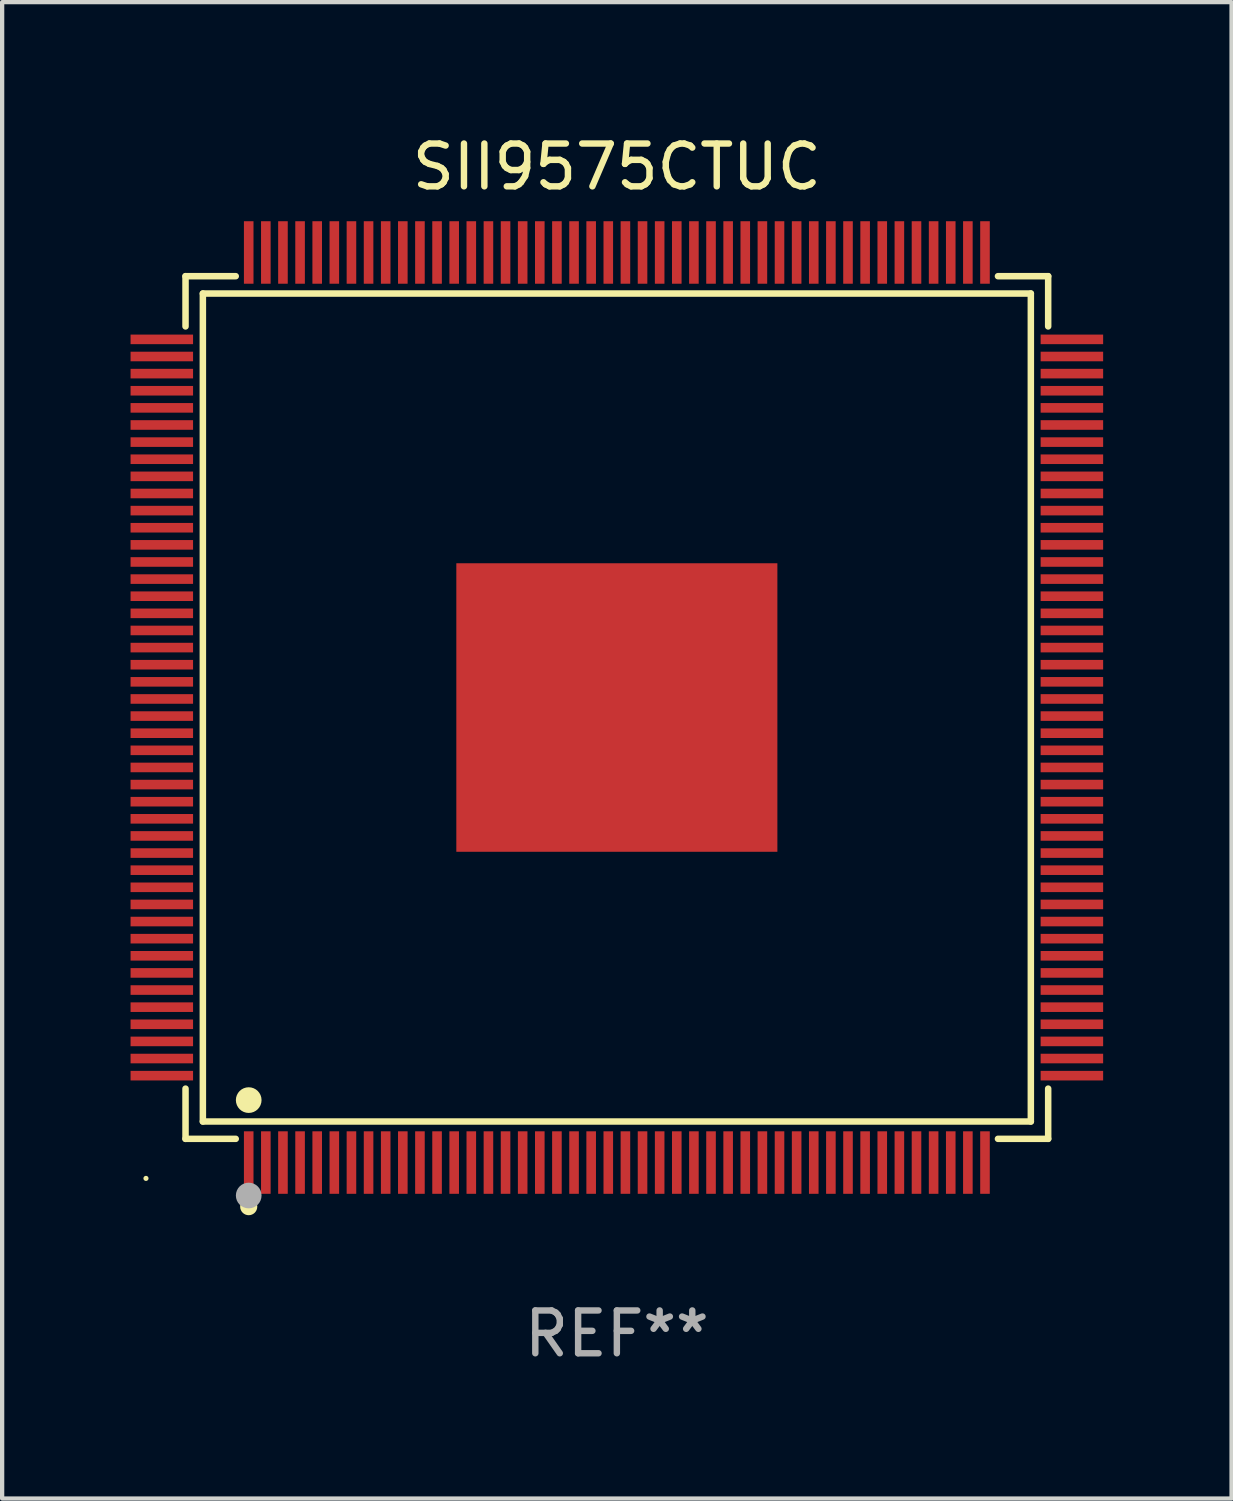
<source format=kicad_pcb>
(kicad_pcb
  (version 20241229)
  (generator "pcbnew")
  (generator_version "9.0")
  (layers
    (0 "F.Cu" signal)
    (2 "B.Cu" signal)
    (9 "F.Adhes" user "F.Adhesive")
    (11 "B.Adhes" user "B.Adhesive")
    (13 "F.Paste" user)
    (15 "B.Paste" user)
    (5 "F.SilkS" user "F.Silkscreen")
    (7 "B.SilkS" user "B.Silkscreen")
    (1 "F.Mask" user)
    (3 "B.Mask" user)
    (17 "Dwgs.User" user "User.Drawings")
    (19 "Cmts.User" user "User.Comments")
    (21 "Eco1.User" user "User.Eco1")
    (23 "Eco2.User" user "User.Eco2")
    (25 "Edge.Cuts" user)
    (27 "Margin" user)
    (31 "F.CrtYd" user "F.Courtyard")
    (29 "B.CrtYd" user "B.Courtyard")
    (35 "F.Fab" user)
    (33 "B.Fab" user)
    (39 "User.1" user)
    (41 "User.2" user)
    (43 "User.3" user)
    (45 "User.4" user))
  (footprint "SII9575CTUC"
    (layer "F.Cu")
    (at 11.36 13.478)
    (property "Reference" "SII9575CTUC" (at 0 -12.63 0) (layer "F.SilkS") (effects (font (size 1 1) (thickness 0.15))))
    (attr through_hole)
    (fp_line (start -10.076 -10.076) (end -8.903 -10.076) (stroke (width 0.152) (type solid)) (layer "F.SilkS"))
    (fp_line (start -10.076 -8.903) (end -10.076 -10.076) (stroke (width 0.152) (type solid)) (layer "F.SilkS"))
    (fp_line (start -10.076 8.903) (end -10.076 10.076) (stroke (width 0.152) (type solid)) (layer "F.SilkS"))
    (fp_line (start -10.076 10.076) (end -8.903 10.076) (stroke (width 0.152) (type solid)) (layer "F.SilkS"))
    (fp_line (start -9.671 -9.671) (end 9.671 -9.671) (stroke (width 0.152) (type solid)) (layer "F.SilkS"))
    (fp_line (start -9.671 9.671) (end -9.671 -9.671) (stroke (width 0.152) (type solid)) (layer "F.SilkS"))
    (fp_line (start 9.671 -9.671) (end 9.671 9.671) (stroke (width 0.152) (type solid)) (layer "F.SilkS"))
    (fp_line (start 9.671 9.671) (end -9.671 9.671) (stroke (width 0.152) (type solid)) (layer "F.SilkS"))
    (fp_line (start 10.076 -10.076) (end 8.903 -10.076) (stroke (width 0.152) (type solid)) (layer "F.SilkS"))
    (fp_line (start 10.076 -8.903) (end 10.076 -10.076) (stroke (width 0.152) (type solid)) (layer "F.SilkS"))
    (fp_line (start 10.076 8.903) (end 10.076 10.076) (stroke (width 0.152) (type solid)) (layer "F.SilkS"))
    (fp_line (start 10.076 10.076) (end 8.903 10.076) (stroke (width 0.152) (type solid)) (layer "F.SilkS"))
    (fp_circle (center -11 11) (end -10.97 11) (stroke (width 0.06) (type solid)) (fill no) (layer "F.SilkS"))
    (fp_circle (center -8.6 9.171) (end -8.45 9.171) (stroke (width 0.3) (type solid)) (fill no) (layer "F.SilkS"))
    (fp_circle (center -8.6 11.66) (end -8.5 11.66) (stroke (width 0.2) (type solid)) (fill no) (layer "F.SilkS"))
    (fp_circle (center -8.6 11.4) (end -8.45 11.4) (stroke (width 0.3) (type solid)) (fill no) (layer "F.Fab"))
    (fp_text user "REF**" (at 0 14.63 0) (layer "F.Fab") (effects (font (size 1 1) (thickness 0.15))))
    (pad "1" smd rect (at -8.6 10.63) (size 0.224 1.46) (layers "F.Cu" "F.Mask" "F.Paste"))
    (pad "2" smd rect (at -8.2 10.63) (size 0.224 1.46) (layers "F.Cu" "F.Mask" "F.Paste"))
    (pad "3" smd rect (at -7.8 10.63) (size 0.224 1.46) (layers "F.Cu" "F.Mask" "F.Paste"))
    (pad "4" smd rect (at -7.4 10.63) (size 0.224 1.46) (layers "F.Cu" "F.Mask" "F.Paste"))
    (pad "5" smd rect (at -7 10.63) (size 0.224 1.46) (layers "F.Cu" "F.Mask" "F.Paste"))
    (pad "6" smd rect (at -6.6 10.63) (size 0.224 1.46) (layers "F.Cu" "F.Mask" "F.Paste"))
    (pad "7" smd rect (at -6.2 10.63) (size 0.224 1.46) (layers "F.Cu" "F.Mask" "F.Paste"))
    (pad "8" smd rect (at -5.8 10.63) (size 0.224 1.46) (layers "F.Cu" "F.Mask" "F.Paste"))
    (pad "9" smd rect (at -5.4 10.63) (size 0.224 1.46) (layers "F.Cu" "F.Mask" "F.Paste"))
    (pad "10" smd rect (at -5 10.63) (size 0.224 1.46) (layers "F.Cu" "F.Mask" "F.Paste"))
    (pad "11" smd rect (at -4.6 10.63) (size 0.224 1.46) (layers "F.Cu" "F.Mask" "F.Paste"))
    (pad "12" smd rect (at -4.2 10.63) (size 0.224 1.46) (layers "F.Cu" "F.Mask" "F.Paste"))
    (pad "13" smd rect (at -3.8 10.63) (size 0.224 1.46) (layers "F.Cu" "F.Mask" "F.Paste"))
    (pad "14" smd rect (at -3.4 10.63) (size 0.224 1.46) (layers "F.Cu" "F.Mask" "F.Paste"))
    (pad "15" smd rect (at -3 10.63) (size 0.224 1.46) (layers "F.Cu" "F.Mask" "F.Paste"))
    (pad "16" smd rect (at -2.6 10.63) (size 0.224 1.46) (layers "F.Cu" "F.Mask" "F.Paste"))
    (pad "17" smd rect (at -2.2 10.63) (size 0.224 1.46) (layers "F.Cu" "F.Mask" "F.Paste"))
    (pad "18" smd rect (at -1.8 10.63) (size 0.224 1.46) (layers "F.Cu" "F.Mask" "F.Paste"))
    (pad "19" smd rect (at -1.4 10.63) (size 0.224 1.46) (layers "F.Cu" "F.Mask" "F.Paste"))
    (pad "20" smd rect (at -1 10.63) (size 0.224 1.46) (layers "F.Cu" "F.Mask" "F.Paste"))
    (pad "21" smd rect (at -0.6 10.63) (size 0.224 1.46) (layers "F.Cu" "F.Mask" "F.Paste"))
    (pad "22" smd rect (at -0.2 10.63) (size 0.224 1.46) (layers "F.Cu" "F.Mask" "F.Paste"))
    (pad "23" smd rect (at 0.2 10.63) (size 0.224 1.46) (layers "F.Cu" "F.Mask" "F.Paste"))
    (pad "24" smd rect (at 0.6 10.63) (size 0.224 1.46) (layers "F.Cu" "F.Mask" "F.Paste"))
    (pad "25" smd rect (at 1 10.63) (size 0.224 1.46) (layers "F.Cu" "F.Mask" "F.Paste"))
    (pad "26" smd rect (at 1.4 10.63) (size 0.224 1.46) (layers "F.Cu" "F.Mask" "F.Paste"))
    (pad "27" smd rect (at 1.8 10.63) (size 0.224 1.46) (layers "F.Cu" "F.Mask" "F.Paste"))
    (pad "28" smd rect (at 2.2 10.63) (size 0.224 1.46) (layers "F.Cu" "F.Mask" "F.Paste"))
    (pad "29" smd rect (at 2.6 10.63) (size 0.224 1.46) (layers "F.Cu" "F.Mask" "F.Paste"))
    (pad "30" smd rect (at 3 10.63) (size 0.224 1.46) (layers "F.Cu" "F.Mask" "F.Paste"))
    (pad "31" smd rect (at 3.4 10.63) (size 0.224 1.46) (layers "F.Cu" "F.Mask" "F.Paste"))
    (pad "32" smd rect (at 3.8 10.63) (size 0.224 1.46) (layers "F.Cu" "F.Mask" "F.Paste"))
    (pad "33" smd rect (at 4.2 10.63) (size 0.224 1.46) (layers "F.Cu" "F.Mask" "F.Paste"))
    (pad "34" smd rect (at 4.6 10.63) (size 0.224 1.46) (layers "F.Cu" "F.Mask" "F.Paste"))
    (pad "35" smd rect (at 5 10.63) (size 0.224 1.46) (layers "F.Cu" "F.Mask" "F.Paste"))
    (pad "36" smd rect (at 5.4 10.63) (size 0.224 1.46) (layers "F.Cu" "F.Mask" "F.Paste"))
    (pad "37" smd rect (at 5.8 10.63) (size 0.224 1.46) (layers "F.Cu" "F.Mask" "F.Paste"))
    (pad "38" smd rect (at 6.2 10.63) (size 0.224 1.46) (layers "F.Cu" "F.Mask" "F.Paste"))
    (pad "39" smd rect (at 6.6 10.63) (size 0.224 1.46) (layers "F.Cu" "F.Mask" "F.Paste"))
    (pad "40" smd rect (at 7 10.63) (size 0.224 1.46) (layers "F.Cu" "F.Mask" "F.Paste"))
    (pad "41" smd rect (at 7.4 10.63) (size 0.224 1.46) (layers "F.Cu" "F.Mask" "F.Paste"))
    (pad "42" smd rect (at 7.8 10.63) (size 0.224 1.46) (layers "F.Cu" "F.Mask" "F.Paste"))
    (pad "43" smd rect (at 8.2 10.63) (size 0.224 1.46) (layers "F.Cu" "F.Mask" "F.Paste"))
    (pad "44" smd rect (at 8.6 10.63) (size 0.224 1.46) (layers "F.Cu" "F.Mask" "F.Paste"))
    (pad "45" smd rect (at 10.63 8.6) (size 1.46 0.224) (layers "F.Cu" "F.Mask" "F.Paste"))
    (pad "46" smd rect (at 10.63 8.2) (size 1.46 0.224) (layers "F.Cu" "F.Mask" "F.Paste"))
    (pad "47" smd rect (at 10.63 7.8) (size 1.46 0.224) (layers "F.Cu" "F.Mask" "F.Paste"))
    (pad "48" smd rect (at 10.63 7.4) (size 1.46 0.224) (layers "F.Cu" "F.Mask" "F.Paste"))
    (pad "49" smd rect (at 10.63 7) (size 1.46 0.224) (layers "F.Cu" "F.Mask" "F.Paste"))
    (pad "50" smd rect (at 10.63 6.6) (size 1.46 0.224) (layers "F.Cu" "F.Mask" "F.Paste"))
    (pad "51" smd rect (at 10.63 6.2) (size 1.46 0.224) (layers "F.Cu" "F.Mask" "F.Paste"))
    (pad "52" smd rect (at 10.63 5.8) (size 1.46 0.224) (layers "F.Cu" "F.Mask" "F.Paste"))
    (pad "53" smd rect (at 10.63 5.4) (size 1.46 0.224) (layers "F.Cu" "F.Mask" "F.Paste"))
    (pad "54" smd rect (at 10.63 5) (size 1.46 0.224) (layers "F.Cu" "F.Mask" "F.Paste"))
    (pad "55" smd rect (at 10.63 4.6) (size 1.46 0.224) (layers "F.Cu" "F.Mask" "F.Paste"))
    (pad "56" smd rect (at 10.63 4.2) (size 1.46 0.224) (layers "F.Cu" "F.Mask" "F.Paste"))
    (pad "57" smd rect (at 10.63 3.8) (size 1.46 0.224) (layers "F.Cu" "F.Mask" "F.Paste"))
    (pad "58" smd rect (at 10.63 3.4) (size 1.46 0.224) (layers "F.Cu" "F.Mask" "F.Paste"))
    (pad "59" smd rect (at 10.63 3) (size 1.46 0.224) (layers "F.Cu" "F.Mask" "F.Paste"))
    (pad "60" smd rect (at 10.63 2.6) (size 1.46 0.224) (layers "F.Cu" "F.Mask" "F.Paste"))
    (pad "61" smd rect (at 10.63 2.2) (size 1.46 0.224) (layers "F.Cu" "F.Mask" "F.Paste"))
    (pad "62" smd rect (at 10.63 1.8) (size 1.46 0.224) (layers "F.Cu" "F.Mask" "F.Paste"))
    (pad "63" smd rect (at 10.63 1.4) (size 1.46 0.224) (layers "F.Cu" "F.Mask" "F.Paste"))
    (pad "64" smd rect (at 10.63 1) (size 1.46 0.224) (layers "F.Cu" "F.Mask" "F.Paste"))
    (pad "65" smd rect (at 10.63 0.6) (size 1.46 0.224) (layers "F.Cu" "F.Mask" "F.Paste"))
    (pad "66" smd rect (at 10.63 0.2) (size 1.46 0.224) (layers "F.Cu" "F.Mask" "F.Paste"))
    (pad "67" smd rect (at 10.63 -0.2) (size 1.46 0.224) (layers "F.Cu" "F.Mask" "F.Paste"))
    (pad "68" smd rect (at 10.63 -0.6) (size 1.46 0.224) (layers "F.Cu" "F.Mask" "F.Paste"))
    (pad "69" smd rect (at 10.63 -1) (size 1.46 0.224) (layers "F.Cu" "F.Mask" "F.Paste"))
    (pad "70" smd rect (at 10.63 -1.4) (size 1.46 0.224) (layers "F.Cu" "F.Mask" "F.Paste"))
    (pad "71" smd rect (at 10.63 -1.8) (size 1.46 0.224) (layers "F.Cu" "F.Mask" "F.Paste"))
    (pad "72" smd rect (at 10.63 -2.2) (size 1.46 0.224) (layers "F.Cu" "F.Mask" "F.Paste"))
    (pad "73" smd rect (at 10.63 -2.6) (size 1.46 0.224) (layers "F.Cu" "F.Mask" "F.Paste"))
    (pad "74" smd rect (at 10.63 -3) (size 1.46 0.224) (layers "F.Cu" "F.Mask" "F.Paste"))
    (pad "75" smd rect (at 10.63 -3.4) (size 1.46 0.224) (layers "F.Cu" "F.Mask" "F.Paste"))
    (pad "76" smd rect (at 10.63 -3.8) (size 1.46 0.224) (layers "F.Cu" "F.Mask" "F.Paste"))
    (pad "77" smd rect (at 10.63 -4.2) (size 1.46 0.224) (layers "F.Cu" "F.Mask" "F.Paste"))
    (pad "78" smd rect (at 10.63 -4.6) (size 1.46 0.224) (layers "F.Cu" "F.Mask" "F.Paste"))
    (pad "79" smd rect (at 10.63 -5) (size 1.46 0.224) (layers "F.Cu" "F.Mask" "F.Paste"))
    (pad "80" smd rect (at 10.63 -5.4) (size 1.46 0.224) (layers "F.Cu" "F.Mask" "F.Paste"))
    (pad "81" smd rect (at 10.63 -5.8) (size 1.46 0.224) (layers "F.Cu" "F.Mask" "F.Paste"))
    (pad "82" smd rect (at 10.63 -6.2) (size 1.46 0.224) (layers "F.Cu" "F.Mask" "F.Paste"))
    (pad "83" smd rect (at 10.63 -6.6) (size 1.46 0.224) (layers "F.Cu" "F.Mask" "F.Paste"))
    (pad "84" smd rect (at 10.63 -7) (size 1.46 0.224) (layers "F.Cu" "F.Mask" "F.Paste"))
    (pad "85" smd rect (at 10.63 -7.4) (size 1.46 0.224) (layers "F.Cu" "F.Mask" "F.Paste"))
    (pad "86" smd rect (at 10.63 -7.8) (size 1.46 0.224) (layers "F.Cu" "F.Mask" "F.Paste"))
    (pad "87" smd rect (at 10.63 -8.2) (size 1.46 0.224) (layers "F.Cu" "F.Mask" "F.Paste"))
    (pad "88" smd rect (at 10.63 -8.6) (size 1.46 0.224) (layers "F.Cu" "F.Mask" "F.Paste"))
    (pad "89" smd rect (at 8.6 -10.63) (size 0.224 1.46) (layers "F.Cu" "F.Mask" "F.Paste"))
    (pad "90" smd rect (at 8.2 -10.63) (size 0.224 1.46) (layers "F.Cu" "F.Mask" "F.Paste"))
    (pad "91" smd rect (at 7.8 -10.63) (size 0.224 1.46) (layers "F.Cu" "F.Mask" "F.Paste"))
    (pad "92" smd rect (at 7.4 -10.63) (size 0.224 1.46) (layers "F.Cu" "F.Mask" "F.Paste"))
    (pad "93" smd rect (at 7 -10.63) (size 0.224 1.46) (layers "F.Cu" "F.Mask" "F.Paste"))
    (pad "94" smd rect (at 6.6 -10.63) (size 0.224 1.46) (layers "F.Cu" "F.Mask" "F.Paste"))
    (pad "95" smd rect (at 6.2 -10.63) (size 0.224 1.46) (layers "F.Cu" "F.Mask" "F.Paste"))
    (pad "96" smd rect (at 5.8 -10.63) (size 0.224 1.46) (layers "F.Cu" "F.Mask" "F.Paste"))
    (pad "97" smd rect (at 5.4 -10.63) (size 0.224 1.46) (layers "F.Cu" "F.Mask" "F.Paste"))
    (pad "98" smd rect (at 5 -10.63) (size 0.224 1.46) (layers "F.Cu" "F.Mask" "F.Paste"))
    (pad "99" smd rect (at 4.6 -10.63) (size 0.224 1.46) (layers "F.Cu" "F.Mask" "F.Paste"))
    (pad "100" smd rect (at 4.2 -10.63) (size 0.224 1.46) (layers "F.Cu" "F.Mask" "F.Paste"))
    (pad "101" smd rect (at 3.8 -10.63) (size 0.224 1.46) (layers "F.Cu" "F.Mask" "F.Paste"))
    (pad "102" smd rect (at 3.4 -10.63) (size 0.224 1.46) (layers "F.Cu" "F.Mask" "F.Paste"))
    (pad "103" smd rect (at 3 -10.63) (size 0.224 1.46) (layers "F.Cu" "F.Mask" "F.Paste"))
    (pad "104" smd rect (at 2.6 -10.63) (size 0.224 1.46) (layers "F.Cu" "F.Mask" "F.Paste"))
    (pad "105" smd rect (at 2.2 -10.63) (size 0.224 1.46) (layers "F.Cu" "F.Mask" "F.Paste"))
    (pad "106" smd rect (at 1.8 -10.63) (size 0.224 1.46) (layers "F.Cu" "F.Mask" "F.Paste"))
    (pad "107" smd rect (at 1.4 -10.63) (size 0.224 1.46) (layers "F.Cu" "F.Mask" "F.Paste"))
    (pad "108" smd rect (at 1 -10.63) (size 0.224 1.46) (layers "F.Cu" "F.Mask" "F.Paste"))
    (pad "109" smd rect (at 0.6 -10.63) (size 0.224 1.46) (layers "F.Cu" "F.Mask" "F.Paste"))
    (pad "110" smd rect (at 0.2 -10.63) (size 0.224 1.46) (layers "F.Cu" "F.Mask" "F.Paste"))
    (pad "111" smd rect (at -0.2 -10.63) (size 0.224 1.46) (layers "F.Cu" "F.Mask" "F.Paste"))
    (pad "112" smd rect (at -0.6 -10.63) (size 0.224 1.46) (layers "F.Cu" "F.Mask" "F.Paste"))
    (pad "113" smd rect (at -1 -10.63) (size 0.224 1.46) (layers "F.Cu" "F.Mask" "F.Paste"))
    (pad "114" smd rect (at -1.4 -10.63) (size 0.224 1.46) (layers "F.Cu" "F.Mask" "F.Paste"))
    (pad "115" smd rect (at -1.8 -10.63) (size 0.224 1.46) (layers "F.Cu" "F.Mask" "F.Paste"))
    (pad "116" smd rect (at -2.2 -10.63) (size 0.224 1.46) (layers "F.Cu" "F.Mask" "F.Paste"))
    (pad "117" smd rect (at -2.6 -10.63) (size 0.224 1.46) (layers "F.Cu" "F.Mask" "F.Paste"))
    (pad "118" smd rect (at -3 -10.63) (size 0.224 1.46) (layers "F.Cu" "F.Mask" "F.Paste"))
    (pad "119" smd rect (at -3.4 -10.63) (size 0.224 1.46) (layers "F.Cu" "F.Mask" "F.Paste"))
    (pad "120" smd rect (at -3.8 -10.63) (size 0.224 1.46) (layers "F.Cu" "F.Mask" "F.Paste"))
    (pad "121" smd rect (at -4.2 -10.63) (size 0.224 1.46) (layers "F.Cu" "F.Mask" "F.Paste"))
    (pad "122" smd rect (at -4.6 -10.63) (size 0.224 1.46) (layers "F.Cu" "F.Mask" "F.Paste"))
    (pad "123" smd rect (at -5 -10.63) (size 0.224 1.46) (layers "F.Cu" "F.Mask" "F.Paste"))
    (pad "124" smd rect (at -5.4 -10.63) (size 0.224 1.46) (layers "F.Cu" "F.Mask" "F.Paste"))
    (pad "125" smd rect (at -5.8 -10.63) (size 0.224 1.46) (layers "F.Cu" "F.Mask" "F.Paste"))
    (pad "126" smd rect (at -6.2 -10.63) (size 0.224 1.46) (layers "F.Cu" "F.Mask" "F.Paste"))
    (pad "127" smd rect (at -6.6 -10.63) (size 0.224 1.46) (layers "F.Cu" "F.Mask" "F.Paste"))
    (pad "128" smd rect (at -7 -10.63) (size 0.224 1.46) (layers "F.Cu" "F.Mask" "F.Paste"))
    (pad "129" smd rect (at -7.4 -10.63) (size 0.224 1.46) (layers "F.Cu" "F.Mask" "F.Paste"))
    (pad "130" smd rect (at -7.8 -10.63) (size 0.224 1.46) (layers "F.Cu" "F.Mask" "F.Paste"))
    (pad "131" smd rect (at -8.2 -10.63) (size 0.224 1.46) (layers "F.Cu" "F.Mask" "F.Paste"))
    (pad "132" smd rect (at -8.6 -10.63) (size 0.224 1.46) (layers "F.Cu" "F.Mask" "F.Paste"))
    (pad "133" smd rect (at -10.63 -8.6) (size 1.46 0.224) (layers "F.Cu" "F.Mask" "F.Paste"))
    (pad "134" smd rect (at -10.63 -8.2) (size 1.46 0.224) (layers "F.Cu" "F.Mask" "F.Paste"))
    (pad "135" smd rect (at -10.63 -7.8) (size 1.46 0.224) (layers "F.Cu" "F.Mask" "F.Paste"))
    (pad "136" smd rect (at -10.63 -7.4) (size 1.46 0.224) (layers "F.Cu" "F.Mask" "F.Paste"))
    (pad "137" smd rect (at -10.63 -7) (size 1.46 0.224) (layers "F.Cu" "F.Mask" "F.Paste"))
    (pad "138" smd rect (at -10.63 -6.6) (size 1.46 0.224) (layers "F.Cu" "F.Mask" "F.Paste"))
    (pad "139" smd rect (at -10.63 -6.2) (size 1.46 0.224) (layers "F.Cu" "F.Mask" "F.Paste"))
    (pad "140" smd rect (at -10.63 -5.8) (size 1.46 0.224) (layers "F.Cu" "F.Mask" "F.Paste"))
    (pad "141" smd rect (at -10.63 -5.4) (size 1.46 0.224) (layers "F.Cu" "F.Mask" "F.Paste"))
    (pad "142" smd rect (at -10.63 -5) (size 1.46 0.224) (layers "F.Cu" "F.Mask" "F.Paste"))
    (pad "143" smd rect (at -10.63 -4.6) (size 1.46 0.224) (layers "F.Cu" "F.Mask" "F.Paste"))
    (pad "144" smd rect (at -10.63 -4.2) (size 1.46 0.224) (layers "F.Cu" "F.Mask" "F.Paste"))
    (pad "145" smd rect (at -10.63 -3.8) (size 1.46 0.224) (layers "F.Cu" "F.Mask" "F.Paste"))
    (pad "146" smd rect (at -10.63 -3.4) (size 1.46 0.224) (layers "F.Cu" "F.Mask" "F.Paste"))
    (pad "147" smd rect (at -10.63 -3) (size 1.46 0.224) (layers "F.Cu" "F.Mask" "F.Paste"))
    (pad "148" smd rect (at -10.63 -2.6) (size 1.46 0.224) (layers "F.Cu" "F.Mask" "F.Paste"))
    (pad "149" smd rect (at -10.63 -2.2) (size 1.46 0.224) (layers "F.Cu" "F.Mask" "F.Paste"))
    (pad "150" smd rect (at -10.63 -1.8) (size 1.46 0.224) (layers "F.Cu" "F.Mask" "F.Paste"))
    (pad "151" smd rect (at -10.63 -1.4) (size 1.46 0.224) (layers "F.Cu" "F.Mask" "F.Paste"))
    (pad "152" smd rect (at -10.63 -1) (size 1.46 0.224) (layers "F.Cu" "F.Mask" "F.Paste"))
    (pad "153" smd rect (at -10.63 -0.6) (size 1.46 0.224) (layers "F.Cu" "F.Mask" "F.Paste"))
    (pad "154" smd rect (at -10.63 -0.2) (size 1.46 0.224) (layers "F.Cu" "F.Mask" "F.Paste"))
    (pad "155" smd rect (at -10.63 0.2) (size 1.46 0.224) (layers "F.Cu" "F.Mask" "F.Paste"))
    (pad "156" smd rect (at -10.63 0.6) (size 1.46 0.224) (layers "F.Cu" "F.Mask" "F.Paste"))
    (pad "157" smd rect (at -10.63 1) (size 1.46 0.224) (layers "F.Cu" "F.Mask" "F.Paste"))
    (pad "158" smd rect (at -10.63 1.4) (size 1.46 0.224) (layers "F.Cu" "F.Mask" "F.Paste"))
    (pad "159" smd rect (at -10.63 1.8) (size 1.46 0.224) (layers "F.Cu" "F.Mask" "F.Paste"))
    (pad "160" smd rect (at -10.63 2.2) (size 1.46 0.224) (layers "F.Cu" "F.Mask" "F.Paste"))
    (pad "161" smd rect (at -10.63 2.6) (size 1.46 0.224) (layers "F.Cu" "F.Mask" "F.Paste"))
    (pad "162" smd rect (at -10.63 3) (size 1.46 0.224) (layers "F.Cu" "F.Mask" "F.Paste"))
    (pad "163" smd rect (at -10.63 3.4) (size 1.46 0.224) (layers "F.Cu" "F.Mask" "F.Paste"))
    (pad "164" smd rect (at -10.63 3.8) (size 1.46 0.224) (layers "F.Cu" "F.Mask" "F.Paste"))
    (pad "165" smd rect (at -10.63 4.2) (size 1.46 0.224) (layers "F.Cu" "F.Mask" "F.Paste"))
    (pad "166" smd rect (at -10.63 4.6) (size 1.46 0.224) (layers "F.Cu" "F.Mask" "F.Paste"))
    (pad "167" smd rect (at -10.63 5) (size 1.46 0.224) (layers "F.Cu" "F.Mask" "F.Paste"))
    (pad "168" smd rect (at -10.63 5.4) (size 1.46 0.224) (layers "F.Cu" "F.Mask" "F.Paste"))
    (pad "169" smd rect (at -10.63 5.8) (size 1.46 0.224) (layers "F.Cu" "F.Mask" "F.Paste"))
    (pad "170" smd rect (at -10.63 6.2) (size 1.46 0.224) (layers "F.Cu" "F.Mask" "F.Paste"))
    (pad "171" smd rect (at -10.63 6.6) (size 1.46 0.224) (layers "F.Cu" "F.Mask" "F.Paste"))
    (pad "172" smd rect (at -10.63 7) (size 1.46 0.224) (layers "F.Cu" "F.Mask" "F.Paste"))
    (pad "173" smd rect (at -10.63 7.4) (size 1.46 0.224) (layers "F.Cu" "F.Mask" "F.Paste"))
    (pad "174" smd rect (at -10.63 7.8) (size 1.46 0.224) (layers "F.Cu" "F.Mask" "F.Paste"))
    (pad "175" smd rect (at -10.63 8.2) (size 1.46 0.224) (layers "F.Cu" "F.Mask" "F.Paste"))
    (pad "176" smd rect (at -10.63 8.6) (size 1.46 0.224) (layers "F.Cu" "F.Mask" "F.Paste"))
    (pad "177" smd rect (at 0 0) (size 7.5 6.74) (layers "F.Cu" "F.Mask" "F.Paste")))
  (gr_rect
    (start -3 -3)
    (end 25.72 31.956)
    (stroke (width 0.1) (type default))
    (fill no)
    (layer "Edge.Cuts")))
</source>
